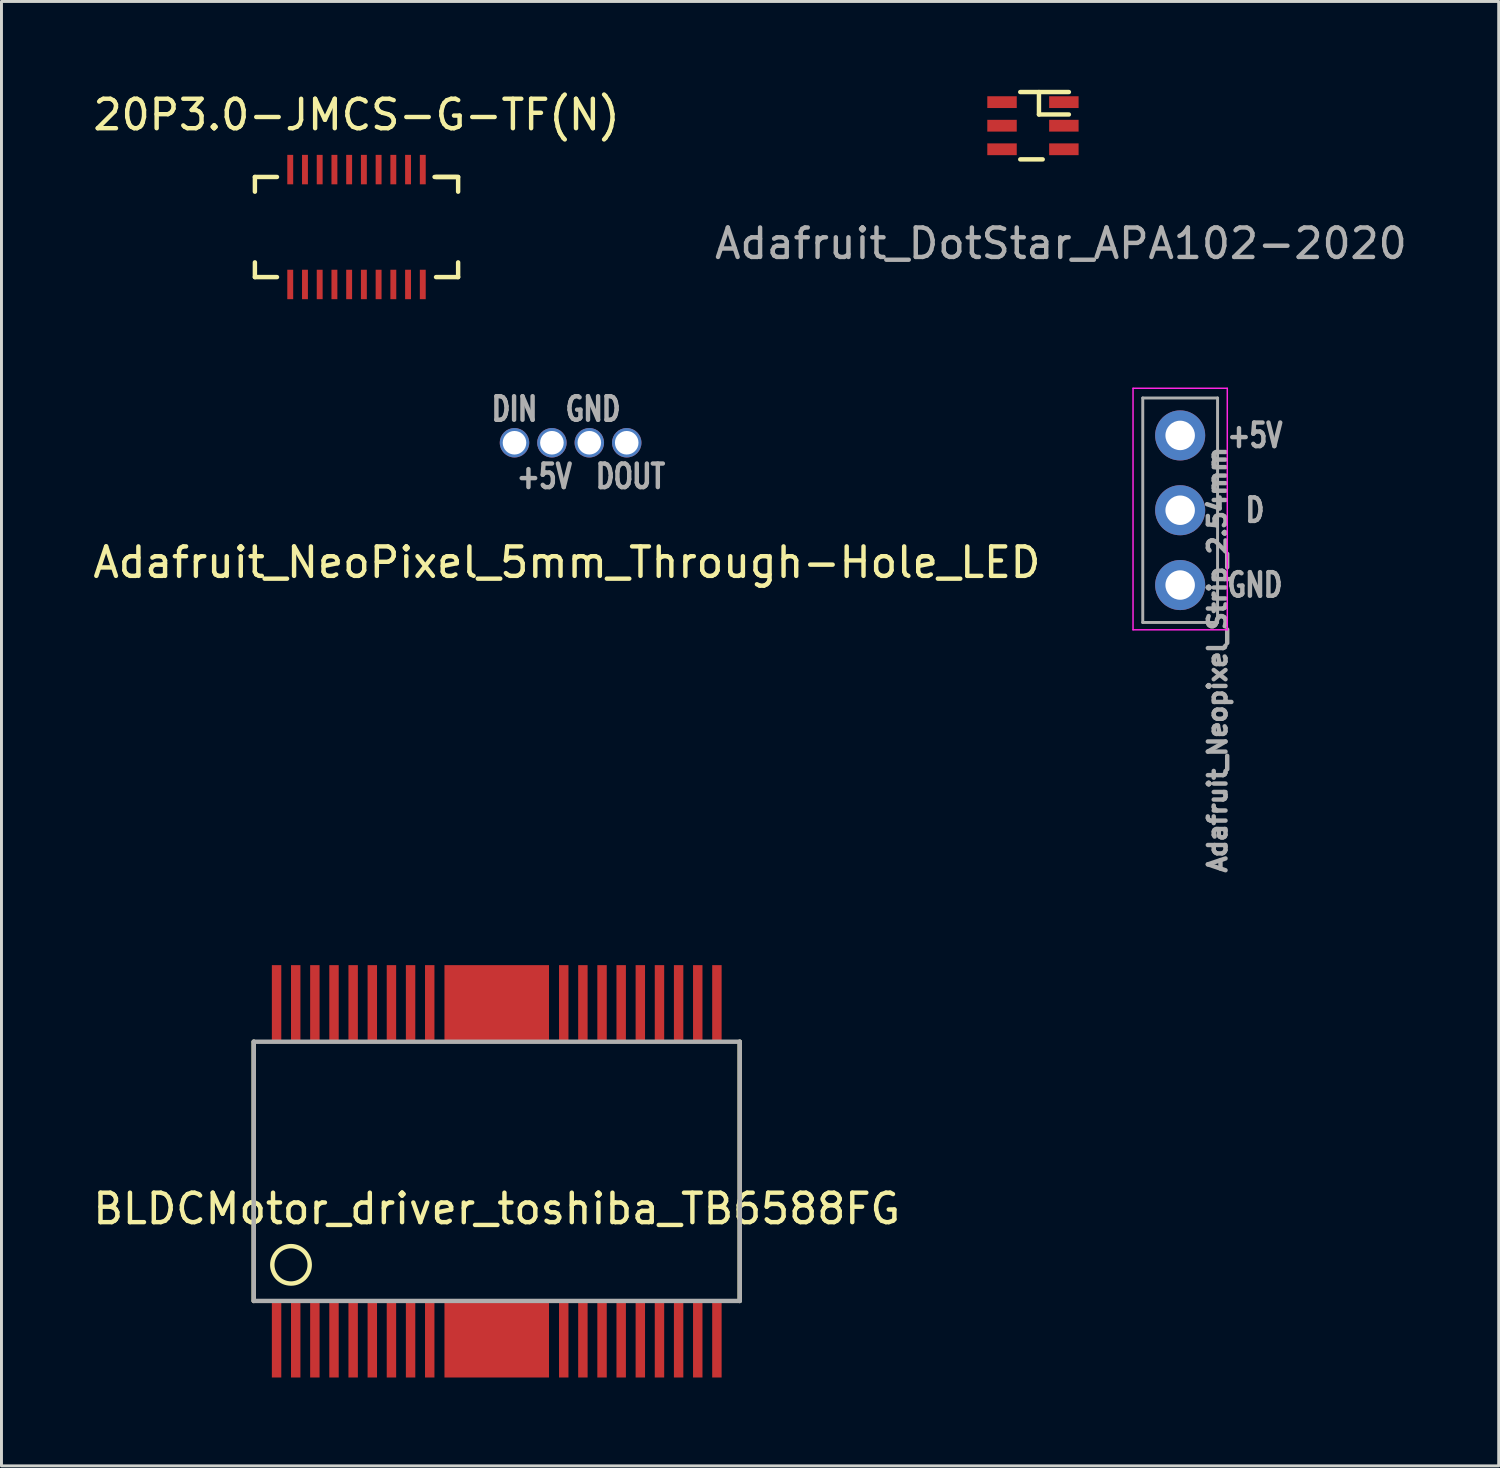
<source format=kicad_pcb>
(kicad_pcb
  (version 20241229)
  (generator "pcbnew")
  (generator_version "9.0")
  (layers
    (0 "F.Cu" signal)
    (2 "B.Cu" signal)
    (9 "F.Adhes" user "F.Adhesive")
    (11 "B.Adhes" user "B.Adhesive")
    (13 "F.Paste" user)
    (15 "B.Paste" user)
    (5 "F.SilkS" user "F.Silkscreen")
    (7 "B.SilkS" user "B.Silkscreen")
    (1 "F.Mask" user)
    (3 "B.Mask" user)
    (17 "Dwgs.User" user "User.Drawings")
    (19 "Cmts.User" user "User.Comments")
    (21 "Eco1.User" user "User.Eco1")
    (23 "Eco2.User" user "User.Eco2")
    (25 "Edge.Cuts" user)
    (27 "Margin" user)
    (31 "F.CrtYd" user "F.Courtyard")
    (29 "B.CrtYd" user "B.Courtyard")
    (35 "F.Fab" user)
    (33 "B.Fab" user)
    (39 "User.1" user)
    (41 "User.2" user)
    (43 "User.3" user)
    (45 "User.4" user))
  (footprint "Adafruit_Neopixel_Strip_2.54mm"
    (layer "F.Cu")
    (at 37.018 11.733)
    (property "Reference" "Adafruit_Neopixel_Strip_2.54mm" (at 1.27 7.62 90) (layer "F.Fab") (effects (font (size 0.6 0.6) (thickness 0.15))))
    (attr through_hole)
    (fp_line (start -1.6 -1.6) (end -1.6 6.6) (stroke (width 0.05) (type solid)) (layer "F.CrtYd"))
    (fp_line (start -1.6 6.6) (end 1.6 6.6) (stroke (width 0.05) (type solid)) (layer "F.CrtYd"))
    (fp_line (start 1.6 -1.6) (end -1.6 -1.6) (stroke (width 0.05) (type solid)) (layer "F.CrtYd"))
    (fp_line (start 1.6 6.6) (end 1.6 -1.6) (stroke (width 0.05) (type solid)) (layer "F.CrtYd"))
    (fp_line (start -1.27 -1.27) (end -1.27 6.35) (stroke (width 0.1) (type solid)) (layer "F.Fab"))
    (fp_line (start -1.27 6.35) (end 1.27 6.35) (stroke (width 0.1) (type solid)) (layer "F.Fab"))
    (fp_line (start 1.27 -1.27) (end -1.27 -1.27) (stroke (width 0.1) (type solid)) (layer "F.Fab"))
    (fp_line (start 1.27 6.35) (end 1.27 -1.27) (stroke (width 0.1) (type solid)) (layer "F.Fab"))
    (fp_text user "+5V" (at 2.54 0 0) (layer "F.Fab") (effects (font (size 0.8 0.6) (thickness 0.15))))
    (fp_text user "D" (at 2.54 2.54 0) (layer "F.Fab") (effects (font (size 0.8 0.6) (thickness 0.15))))
    (fp_text user "GND" (at 2.54 5.08 0) (layer "F.Fab") (effects (font (size 0.8 0.6) (thickness 0.15))))
    (pad "1" thru_hole circle (at 0 0) (size 1.7 1.7) (drill 1) (layers "*.Cu" "*.Mask"))
    (pad "2" thru_hole oval (at 0 2.54) (size 1.7 1.7) (drill 1) (layers "*.Cu" "*.Mask"))
    (pad "3" thru_hole oval (at 0 5.08) (size 1.7 1.7) (drill 1) (layers "*.Cu" "*.Mask")))
  (footprint "Adafruit_NeoPixel_5mm_Through-Hole_LED"
    (layer "F.Cu")
    (at 16.323 13.633)
    (property "Reference" "Adafruit_NeoPixel_5mm_Through-Hole_LED" (at -0.127 2.413 0) (layer "F.SilkS") (effects (font (size 1 1) (thickness 0.15))))
    (attr through_hole)
    (fp_text user "GND" (at 0.762 -2.794 0) (layer "F.Fab") (effects (font (size 0.8 0.6) (thickness 0.15))))
    (fp_text user "DOUT" (at 2.032 -0.508 0) (layer "F.Fab") (effects (font (size 0.8 0.6) (thickness 0.15))))
    (fp_text user "+5V" (at -0.889 -0.508 0) (layer "F.Fab") (effects (font (size 0.8 0.6) (thickness 0.15))))
    (fp_text user "DIN" (at -1.905 -2.794 0) (layer "F.Fab") (effects (font (size 0.8 0.6) (thickness 0.15))))
    (pad "1" thru_hole circle (at -1.905 -1.651) (size 1 1) (drill 0.8) (layers "*.Cu" "*.Mask"))
    (pad "2" thru_hole circle (at -0.635 -1.651) (size 1 1) (drill 0.8) (layers "*.Cu" "*.Mask"))
    (pad "3" thru_hole circle (at 0.635 -1.651) (size 1 1) (drill 0.8) (layers "*.Cu" "*.Mask"))
    (pad "4" thru_hole circle (at 1.905 -1.651) (size 1 1) (drill 0.8) (layers "*.Cu" "*.Mask")))
  (footprint "20P3.0-JMCS-G-TF(N)"
    (layer "F.Cu")
    (at 9.054 4.658)
    (property "Reference" "20P3.0-JMCS-G-TF(N)" (at 0 -3.81 0) (layer "F.SilkS") (effects (font (size 1 1) (thickness 0.15))))
    (attr through_hole)
    (fp_line (start -3.45 -1.7) (end -3.45 -1.2) (stroke (width 0.15) (type solid)) (layer "F.SilkS"))
    (fp_line (start -3.45 1.7) (end -3.45 1.2) (stroke (width 0.15) (type solid)) (layer "F.SilkS"))
    (fp_line (start -2.7 -1.7) (end -3.45 -1.7) (stroke (width 0.15) (type solid)) (layer "F.SilkS"))
    (fp_line (start -2.7 1.7) (end -3.45 1.7) (stroke (width 0.15) (type solid)) (layer "F.SilkS"))
    (fp_line (start 2.65 -1.7) (end 3.45 -1.7) (stroke (width 0.15) (type solid)) (layer "F.SilkS"))
    (fp_line (start 2.7 -1.7) (end 3.4 -1.7) (stroke (width 0.15) (type solid)) (layer "F.SilkS"))
    (fp_line (start 3.45 -1.7) (end 3.45 -1.2) (stroke (width 0.15) (type solid)) (layer "F.SilkS"))
    (fp_line (start 3.45 1.7) (end 2.7 1.7) (stroke (width 0.15) (type solid)) (layer "F.SilkS"))
    (fp_line (start 3.45 1.7) (end 3.45 1.2) (stroke (width 0.15) (type solid)) (layer "F.SilkS"))
    (pad "1" smd rect (at 2.25 1.95) (size 0.2 1) (layers "F.Cu" "F.Mask" "F.Paste"))
    (pad "2" smd rect (at 2.25 -1.95) (size 0.2 1) (layers "F.Cu" "F.Mask" "F.Paste"))
    (pad "3" smd rect (at 1.75 1.95) (size 0.2 1) (layers "F.Cu" "F.Mask" "F.Paste"))
    (pad "4" smd rect (at 1.75 -1.95) (size 0.2 1) (layers "F.Cu" "F.Mask" "F.Paste"))
    (pad "5" smd rect (at 1.25 1.95) (size 0.2 1) (layers "F.Cu" "F.Mask" "F.Paste"))
    (pad "6" smd rect (at 1.25 -1.95) (size 0.2 1) (layers "F.Cu" "F.Mask" "F.Paste"))
    (pad "7" smd rect (at 0.75 1.95) (size 0.2 1) (layers "F.Cu" "F.Mask" "F.Paste"))
    (pad "8" smd rect (at 0.75 -1.95) (size 0.2 1) (layers "F.Cu" "F.Mask" "F.Paste"))
    (pad "9" smd rect (at 0.25 1.95) (size 0.2 1) (layers "F.Cu" "F.Mask" "F.Paste"))
    (pad "10" smd rect (at 0.25 -1.95) (size 0.2 1) (layers "F.Cu" "F.Mask" "F.Paste"))
    (pad "11" smd rect (at -0.25 1.95) (size 0.2 1) (layers "F.Cu" "F.Mask" "F.Paste"))
    (pad "12" smd rect (at -0.25 -1.95) (size 0.2 1) (layers "F.Cu" "F.Mask" "F.Paste"))
    (pad "13" smd rect (at -0.75 1.95) (size 0.2 1) (layers "F.Cu" "F.Mask" "F.Paste"))
    (pad "14" smd rect (at -0.75 -1.95) (size 0.2 1) (layers "F.Cu" "F.Mask" "F.Paste"))
    (pad "15" smd rect (at -1.25 1.95) (size 0.2 1) (layers "F.Cu" "F.Mask" "F.Paste"))
    (pad "16" smd rect (at -1.25 -1.95) (size 0.2 1) (layers "F.Cu" "F.Mask" "F.Paste"))
    (pad "17" smd rect (at -1.75 1.95) (size 0.2 1) (layers "F.Cu" "F.Mask" "F.Paste"))
    (pad "18" smd rect (at -1.75 -1.95) (size 0.2 1) (layers "F.Cu" "F.Mask" "F.Paste"))
    (pad "19" smd rect (at -2.25 1.95) (size 0.2 1) (layers "F.Cu" "F.Mask" "F.Paste"))
    (pad "20" smd rect (at -2.25 -1.95) (size 0.2 1) (layers "F.Cu" "F.Mask" "F.Paste")))
  (footprint "BLDCMotor_driver_toshiba_TB6588FG"
    (layer "F.Cu")
    (at 13.815 36.718)
    (property "Reference" "BLDCMotor_driver_toshiba_TB6588FG" (at 0 1.27 0) (layer "F.SilkS") (effects (font (size 1 1) (thickness 0.15))))
    (attr through_hole)
    (fp_line (start -8.25 -4.4) (end -8.25 4.4) (stroke (width 0.15) (type solid)) (layer "F.SilkS"))
    (fp_line (start 8.25 -4.4) (end 8.25 4.4) (stroke (width 0.15) (type solid)) (layer "F.SilkS"))
    (fp_circle (center -6.985 3.175) (end -6.35 3.175) (stroke (width 0.15) (type solid)) (fill no) (layer "F.SilkS"))
    (fp_line (start -8.25 -4.4) (end -8.25 4.4) (stroke (width 0.15) (type solid)) (layer "F.Fab"))
    (fp_line (start -8.25 4.4) (end 8.25 4.4) (stroke (width 0.15) (type solid)) (layer "F.Fab"))
    (fp_line (start 8.25 -4.4) (end -8.25 -4.4) (stroke (width 0.15) (type solid)) (layer "F.Fab"))
    (fp_line (start 8.25 4.4) (end 8.25 -4.4) (stroke (width 0.15) (type solid)) (layer "F.Fab"))
    (pad "1" smd rect (at -7.475 5.7) (size 0.32 2.6) (layers "F.Cu" "F.Mask" "F.Paste"))
    (pad "2" smd rect (at -6.825 5.7) (size 0.32 2.6) (layers "F.Cu" "F.Mask" "F.Paste"))
    (pad "3" smd rect (at -6.175 5.7) (size 0.32 2.6) (layers "F.Cu" "F.Mask" "F.Paste"))
    (pad "4" smd rect (at -5.525 5.7) (size 0.32 2.6) (layers "F.Cu" "F.Mask" "F.Paste"))
    (pad "5" smd rect (at -4.875 5.7) (size 0.32 2.6) (layers "F.Cu" "F.Mask" "F.Paste"))
    (pad "6" smd rect (at -4.225 5.7) (size 0.32 2.6) (layers "F.Cu" "F.Mask" "F.Paste"))
    (pad "7" smd rect (at -3.575 5.7) (size 0.32 2.6) (layers "F.Cu" "F.Mask" "F.Paste"))
    (pad "8" smd rect (at -2.925 5.7) (size 0.32 2.6) (layers "F.Cu" "F.Mask" "F.Paste"))
    (pad "9" smd rect (at -2.275 5.7) (size 0.32 2.6) (layers "F.Cu" "F.Mask" "F.Paste"))
    (pad "10" smd rect (at 2.275 5.7) (size 0.32 2.6) (layers "F.Cu" "F.Mask" "F.Paste"))
    (pad "11" smd rect (at 2.925 5.7) (size 0.32 2.6) (layers "F.Cu" "F.Mask" "F.Paste"))
    (pad "12" smd rect (at 3.575 5.7) (size 0.32 2.6) (layers "F.Cu" "F.Mask" "F.Paste"))
    (pad "13" smd rect (at 4.225 5.7) (size 0.32 2.6) (layers "F.Cu" "F.Mask" "F.Paste"))
    (pad "14" smd rect (at 4.875 5.7) (size 0.32 2.6) (layers "F.Cu" "F.Mask" "F.Paste"))
    (pad "15" smd rect (at 5.525 5.7) (size 0.32 2.6) (layers "F.Cu" "F.Mask" "F.Paste"))
    (pad "16" smd rect (at 6.175 5.7) (size 0.32 2.6) (layers "F.Cu" "F.Mask" "F.Paste"))
    (pad "17" smd rect (at 6.825 5.7) (size 0.32 2.6) (layers "F.Cu" "F.Mask" "F.Paste"))
    (pad "18" smd rect (at 7.475 5.7) (size 0.32 2.6) (layers "F.Cu" "F.Mask" "F.Paste"))
    (pad "19" smd rect (at 7.475 -5.7) (size 0.32 2.6) (layers "F.Cu" "F.Mask" "F.Paste"))
    (pad "20" smd rect (at 6.825 -5.7) (size 0.32 2.6) (layers "F.Cu" "F.Mask" "F.Paste"))
    (pad "21" smd rect (at 6.175 -5.7) (size 0.32 2.6) (layers "F.Cu" "F.Mask" "F.Paste"))
    (pad "22" smd rect (at 5.525 -5.7) (size 0.32 2.6) (layers "F.Cu" "F.Mask" "F.Paste"))
    (pad "23" smd rect (at 4.875 -5.7) (size 0.32 2.6) (layers "F.Cu" "F.Mask" "F.Paste"))
    (pad "24" smd rect (at 4.225 -5.7) (size 0.32 2.6) (layers "F.Cu" "F.Mask" "F.Paste"))
    (pad "25" smd rect (at 3.575 -5.7) (size 0.32 2.6) (layers "F.Cu" "F.Mask" "F.Paste"))
    (pad "26" smd rect (at 2.925 -5.7) (size 0.32 2.6) (layers "F.Cu" "F.Mask" "F.Paste"))
    (pad "27" smd rect (at 2.275 -5.7) (size 0.32 2.6) (layers "F.Cu" "F.Mask" "F.Paste"))
    (pad "28" smd rect (at -2.275 -5.7) (size 0.32 2.6) (layers "F.Cu" "F.Mask" "F.Paste"))
    (pad "29" smd rect (at -2.925 -5.7) (size 0.32 2.6) (layers "F.Cu" "F.Mask" "F.Paste"))
    (pad "30" smd rect (at -3.575 -5.7) (size 0.32 2.6) (layers "F.Cu" "F.Mask" "F.Paste"))
    (pad "31" smd rect (at -4.225 -5.7) (size 0.32 2.6) (layers "F.Cu" "F.Mask" "F.Paste"))
    (pad "32" smd rect (at -4.875 -5.7) (size 0.32 2.6) (layers "F.Cu" "F.Mask" "F.Paste"))
    (pad "33" smd rect (at -5.525 -5.7) (size 0.32 2.6) (layers "F.Cu" "F.Mask" "F.Paste"))
    (pad "34" smd rect (at -6.175 -5.7) (size 0.32 2.6) (layers "F.Cu" "F.Mask" "F.Paste"))
    (pad "35" smd rect (at -6.825 -5.7) (size 0.32 2.6) (layers "F.Cu" "F.Mask" "F.Paste"))
    (pad "36" smd rect (at -7.475 -5.7) (size 0.32 2.6) (layers "F.Cu" "F.Mask" "F.Paste"))
    (pad "P1" smd rect (at 0 5.7) (size 3.55 2.6) (layers "F.Cu" "F.Mask" "F.Paste"))
    (pad "P2" smd rect (at 0 -5.7) (size 3.55 2.6) (layers "F.Cu" "F.Mask" "F.Paste")))
  (footprint "Adafruit_DotStar_APA102-2020"
    (layer "F.Cu")
    (at 31.97 1.218)
    (property "Reference" "Adafruit_DotStar_APA102-2020" (at 1 4 0) (layer "F.Fab") (effects (font (size 1 1) (thickness 0.15))))
    (attr through_hole)
    (fp_line (start -0.381 -1.143) (end 1.27 -1.143) (stroke (width 0.15) (type solid)) (layer "F.SilkS"))
    (fp_line (start -0.381 1.143) (end 0.381 1.143) (stroke (width 0.15) (type solid)) (layer "F.SilkS"))
    (fp_line (start 0.254 -0.381) (end 0.254 -1.143) (stroke (width 0.15) (type solid)) (layer "F.SilkS"))
    (fp_line (start 0.254 -0.381) (end 1.27 -0.381) (stroke (width 0.15) (type solid)) (layer "F.SilkS"))
    (pad "1" smd rect (at -1 0.8) (size 1 0.4) (layers "F.Cu" "F.Mask" "F.Paste"))
    (pad "2" smd rect (at -1 0) (size 1 0.4) (layers "F.Cu" "F.Mask" "F.Paste"))
    (pad "3" smd rect (at -1 -0.8) (size 1 0.4) (layers "F.Cu" "F.Mask" "F.Paste"))
    (pad "4" smd rect (at 1.1 -0.8) (size 1 0.4) (layers "F.Cu" "F.Mask" "F.Paste"))
    (pad "5" smd rect (at 1.1 0) (size 1 0.4) (layers "F.Cu" "F.Mask" "F.Paste"))
    (pad "6" smd rect (at 1.1 0.8) (size 1 0.4) (layers "F.Cu" "F.Mask" "F.Paste")))
  (gr_rect
    (start -3 -3)
    (end 47.833 46.718)
    (stroke (width 0.1) (type default))
    (fill no)
    (layer "Edge.Cuts")))
</source>
